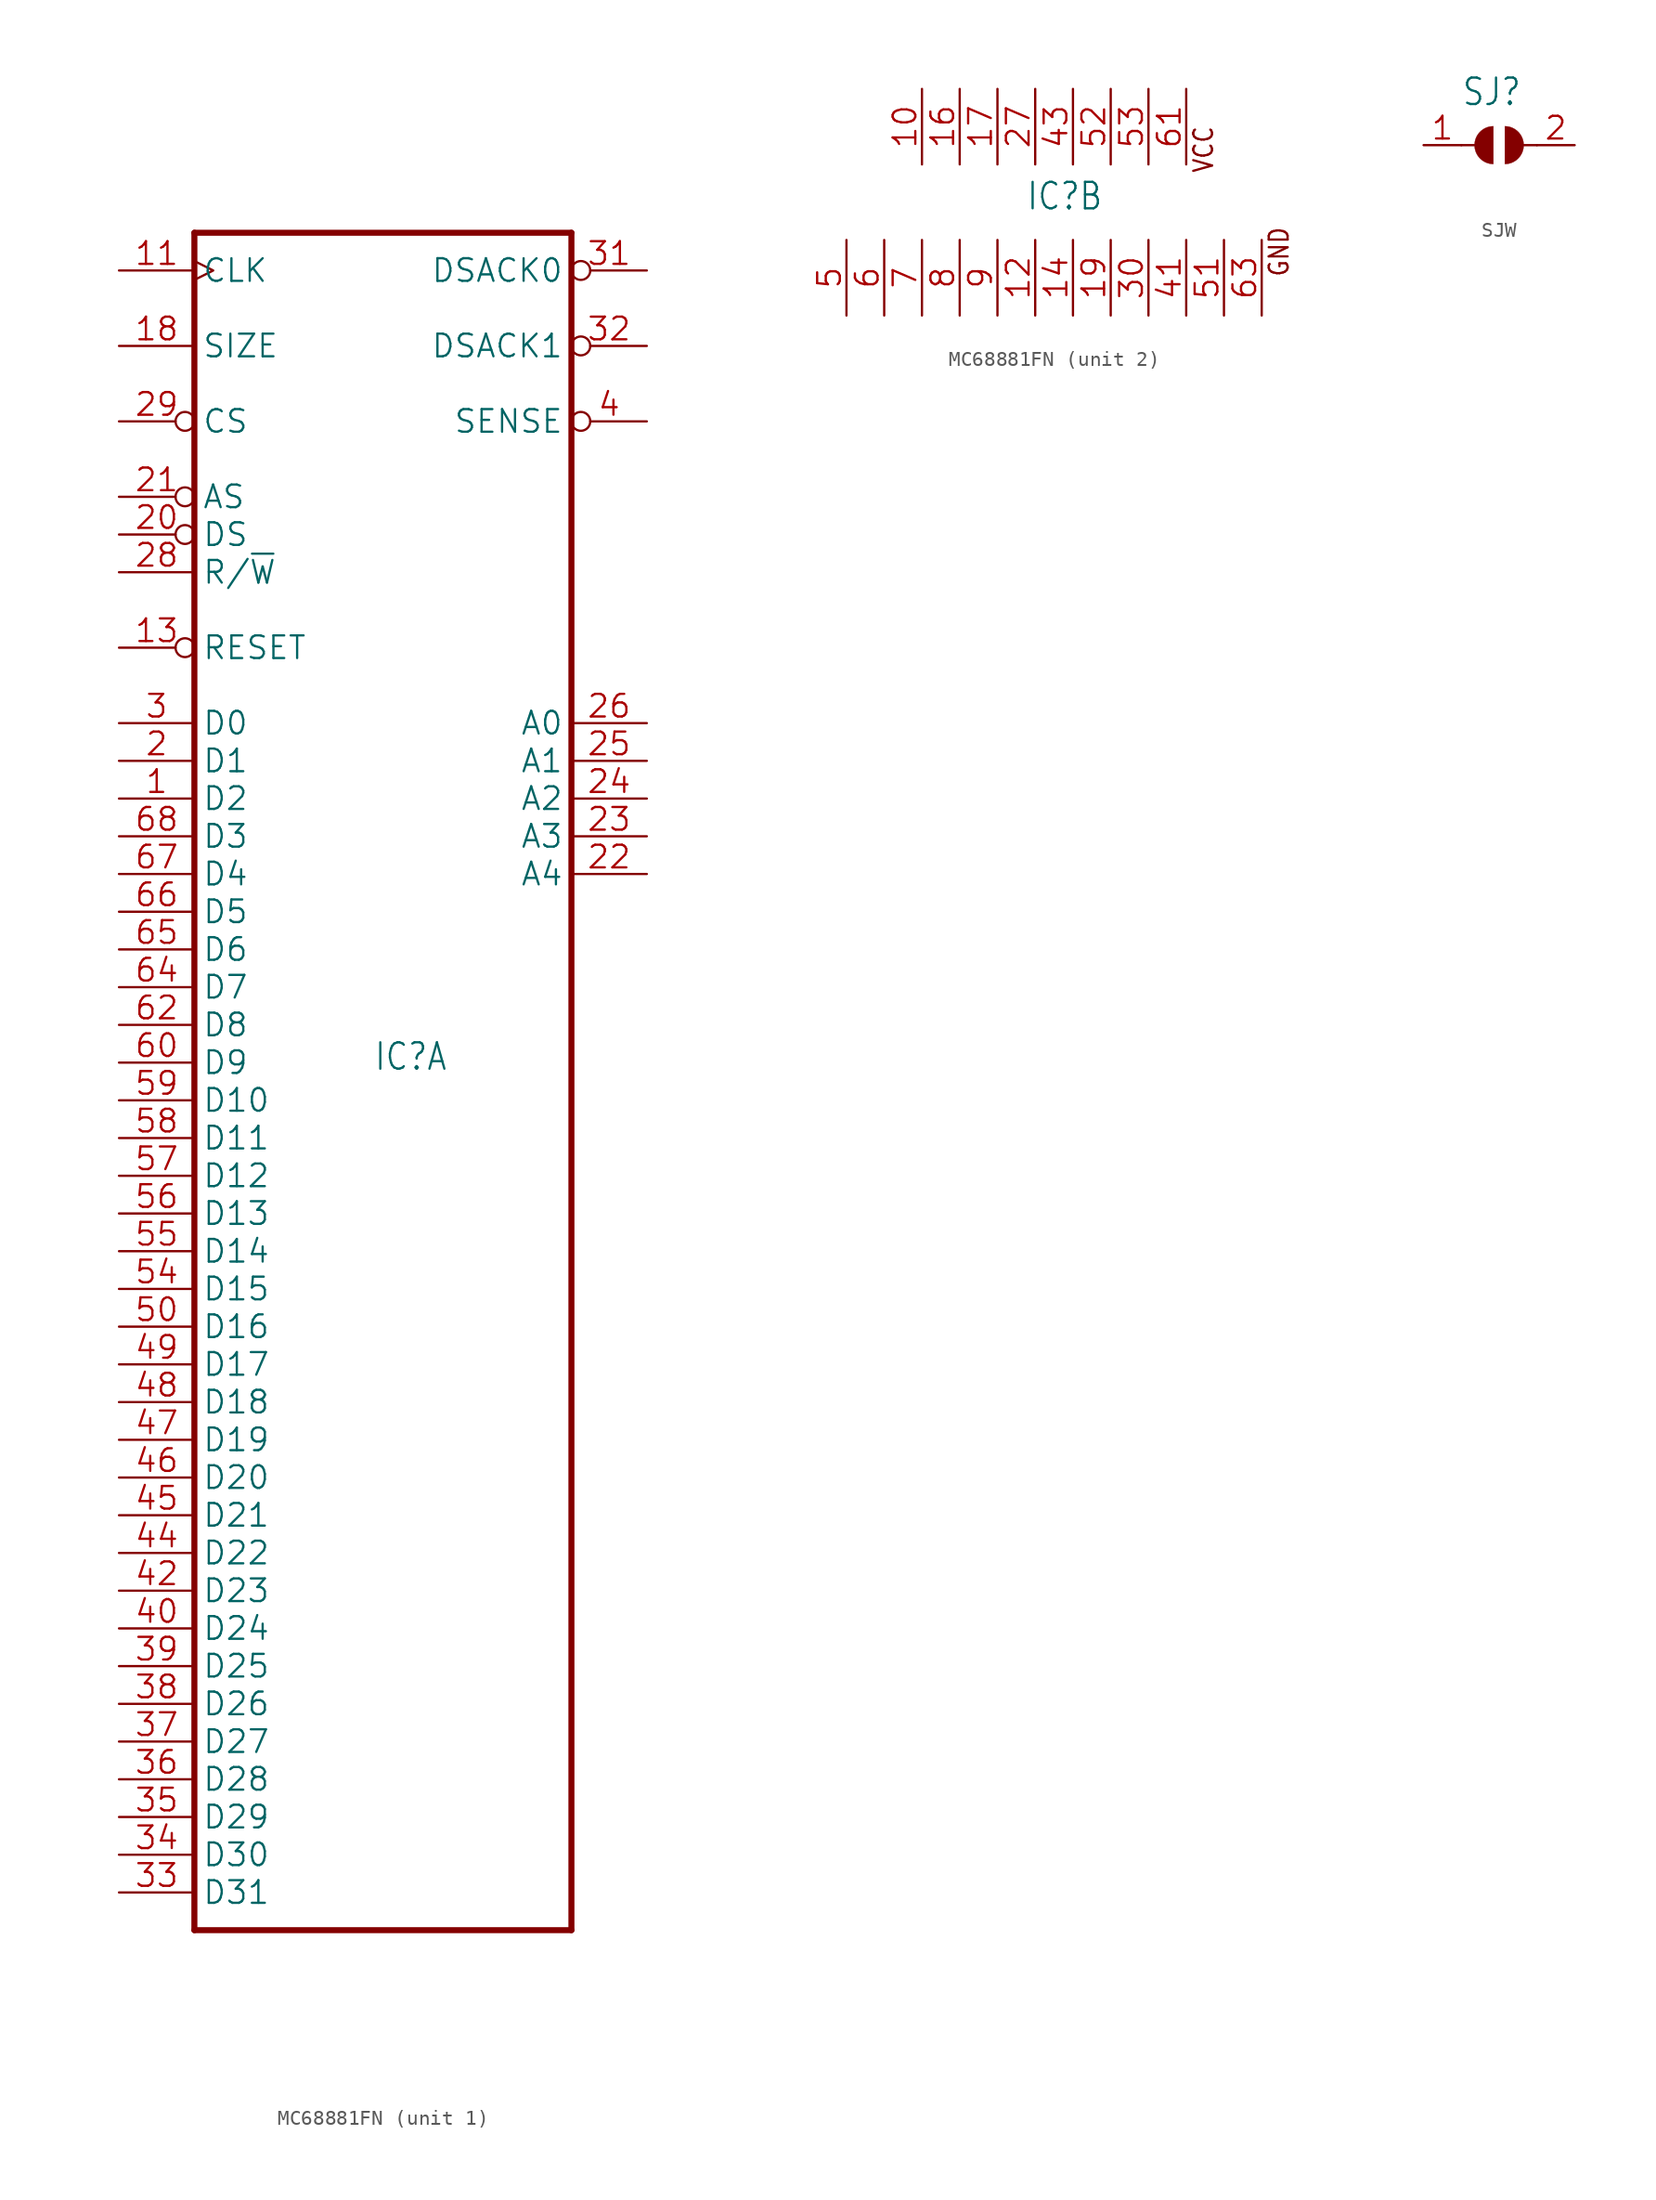
<source format=kicad_sym>
(kicad_symbol_lib
  (version 20241209)
  (generator "kicad_symbol_editor")
  (generator_version "9.0")
  (symbol "MC68881FN"
    (property "Reference" "IC"
      (at -0.635 -0.635 0)
      (effects (font (size 1.778 1.511)) (justify left bottom)))
    (property "ki_locked" ""
      (at 0 0 0)
      (effects (font (size 1.27 1.27))))
    (symbol "MC68881FN_1_0"
      (polyline (pts (xy -12.7 -58.42) (xy -12.7 55.88)) (stroke (width 0.406) (type solid)) (fill (type none)))
      (polyline (pts (xy -12.7 -58.42) (xy 12.7 -58.42)) (stroke (width 0.406) (type solid)) (fill (type none)))
      (polyline (pts (xy 12.7 55.88) (xy -12.7 55.88)) (stroke (width 0.406) (type solid)) (fill (type none)))
      (polyline (pts (xy 12.7 55.88) (xy 12.7 -58.42)) (stroke (width 0.406) (type solid)) (fill (type none)))
      (pin input clock (at -17.78 53.34 0) (length 5.08) (name "CLK" (effects (font (size 1.524 1.524)))) (number "11" (effects (font (size 1.524 1.524)))))
      (pin input line (at -17.78 48.26 0) (length 5.08) (name "SIZE" (effects (font (size 1.524 1.524)))) (number "18" (effects (font (size 1.524 1.524)))))
      (pin input inverted (at -17.78 43.18 0) (length 5.08) (name "CS" (effects (font (size 1.524 1.524)))) (number "29" (effects (font (size 1.524 1.524)))))
      (pin input inverted (at -17.78 38.1 0) (length 5.08) (name "AS" (effects (font (size 1.524 1.524)))) (number "21" (effects (font (size 1.524 1.524)))))
      (pin input inverted (at -17.78 35.56 0) (length 5.08) (name "DS" (effects (font (size 1.524 1.524)))) (number "20" (effects (font (size 1.524 1.524)))))
      (pin input line (at -17.78 33.02 0) (length 5.08) (name "R/~{W}" (effects (font (size 1.524 1.524)))) (number "28" (effects (font (size 1.524 1.524)))))
      (pin input inverted (at -17.78 27.94 0) (length 5.08) (name "RESET" (effects (font (size 1.524 1.524)))) (number "13" (effects (font (size 1.524 1.524)))))
      (pin bidirectional line (at -17.78 22.86 0) (length 5.08) (name "D0" (effects (font (size 1.524 1.524)))) (number "3" (effects (font (size 1.524 1.524)))))
      (pin bidirectional line (at -17.78 20.32 0) (length 5.08) (name "D1" (effects (font (size 1.524 1.524)))) (number "2" (effects (font (size 1.524 1.524)))))
      (pin bidirectional line (at -17.78 17.78 0) (length 5.08) (name "D2" (effects (font (size 1.524 1.524)))) (number "1" (effects (font (size 1.524 1.524)))))
      (pin bidirectional line (at -17.78 15.24 0) (length 5.08) (name "D3" (effects (font (size 1.524 1.524)))) (number "68" (effects (font (size 1.524 1.524)))))
      (pin bidirectional line (at -17.78 12.7 0) (length 5.08) (name "D4" (effects (font (size 1.524 1.524)))) (number "67" (effects (font (size 1.524 1.524)))))
      (pin bidirectional line (at -17.78 10.16 0) (length 5.08) (name "D5" (effects (font (size 1.524 1.524)))) (number "66" (effects (font (size 1.524 1.524)))))
      (pin bidirectional line (at -17.78 7.62 0) (length 5.08) (name "D6" (effects (font (size 1.524 1.524)))) (number "65" (effects (font (size 1.524 1.524)))))
      (pin bidirectional line (at -17.78 5.08 0) (length 5.08) (name "D7" (effects (font (size 1.524 1.524)))) (number "64" (effects (font (size 1.524 1.524)))))
      (pin bidirectional line (at -17.78 2.54 0) (length 5.08) (name "D8" (effects (font (size 1.524 1.524)))) (number "62" (effects (font (size 1.524 1.524)))))
      (pin bidirectional line (at -17.78 0 0) (length 5.08) (name "D9" (effects (font (size 1.524 1.524)))) (number "60" (effects (font (size 1.524 1.524)))))
      (pin bidirectional line (at -17.78 -2.54 0) (length 5.08) (name "D10" (effects (font (size 1.524 1.524)))) (number "59" (effects (font (size 1.524 1.524)))))
      (pin bidirectional line (at -17.78 -5.08 0) (length 5.08) (name "D11" (effects (font (size 1.524 1.524)))) (number "58" (effects (font (size 1.524 1.524)))))
      (pin bidirectional line (at -17.78 -7.62 0) (length 5.08) (name "D12" (effects (font (size 1.524 1.524)))) (number "57" (effects (font (size 1.524 1.524)))))
      (pin bidirectional line (at -17.78 -10.16 0) (length 5.08) (name "D13" (effects (font (size 1.524 1.524)))) (number "56" (effects (font (size 1.524 1.524)))))
      (pin bidirectional line (at -17.78 -12.7 0) (length 5.08) (name "D14" (effects (font (size 1.524 1.524)))) (number "55" (effects (font (size 1.524 1.524)))))
      (pin bidirectional line (at -17.78 -15.24 0) (length 5.08) (name "D15" (effects (font (size 1.524 1.524)))) (number "54" (effects (font (size 1.524 1.524)))))
      (pin bidirectional line (at -17.78 -17.78 0) (length 5.08) (name "D16" (effects (font (size 1.524 1.524)))) (number "50" (effects (font (size 1.524 1.524)))))
      (pin bidirectional line (at -17.78 -20.32 0) (length 5.08) (name "D17" (effects (font (size 1.524 1.524)))) (number "49" (effects (font (size 1.524 1.524)))))
      (pin bidirectional line (at -17.78 -22.86 0) (length 5.08) (name "D18" (effects (font (size 1.524 1.524)))) (number "48" (effects (font (size 1.524 1.524)))))
      (pin bidirectional line (at -17.78 -25.4 0) (length 5.08) (name "D19" (effects (font (size 1.524 1.524)))) (number "47" (effects (font (size 1.524 1.524)))))
      (pin bidirectional line (at -17.78 -27.94 0) (length 5.08) (name "D20" (effects (font (size 1.524 1.524)))) (number "46" (effects (font (size 1.524 1.524)))))
      (pin bidirectional line (at -17.78 -30.48 0) (length 5.08) (name "D21" (effects (font (size 1.524 1.524)))) (number "45" (effects (font (size 1.524 1.524)))))
      (pin bidirectional line (at -17.78 -33.02 0) (length 5.08) (name "D22" (effects (font (size 1.524 1.524)))) (number "44" (effects (font (size 1.524 1.524)))))
      (pin bidirectional line (at -17.78 -35.56 0) (length 5.08) (name "D23" (effects (font (size 1.524 1.524)))) (number "42" (effects (font (size 1.524 1.524)))))
      (pin bidirectional line (at -17.78 -38.1 0) (length 5.08) (name "D24" (effects (font (size 1.524 1.524)))) (number "40" (effects (font (size 1.524 1.524)))))
      (pin bidirectional line (at -17.78 -40.64 0) (length 5.08) (name "D25" (effects (font (size 1.524 1.524)))) (number "39" (effects (font (size 1.524 1.524)))))
      (pin bidirectional line (at -17.78 -43.18 0) (length 5.08) (name "D26" (effects (font (size 1.524 1.524)))) (number "38" (effects (font (size 1.524 1.524)))))
      (pin bidirectional line (at -17.78 -45.72 0) (length 5.08) (name "D27" (effects (font (size 1.524 1.524)))) (number "37" (effects (font (size 1.524 1.524)))))
      (pin bidirectional line (at -17.78 -48.26 0) (length 5.08) (name "D28" (effects (font (size 1.524 1.524)))) (number "36" (effects (font (size 1.524 1.524)))))
      (pin bidirectional line (at -17.78 -50.8 0) (length 5.08) (name "D29" (effects (font (size 1.524 1.524)))) (number "35" (effects (font (size 1.524 1.524)))))
      (pin bidirectional line (at -17.78 -53.34 0) (length 5.08) (name "D30" (effects (font (size 1.524 1.524)))) (number "34" (effects (font (size 1.524 1.524)))))
      (pin bidirectional line (at -17.78 -55.88 0) (length 5.08) (name "D31" (effects (font (size 1.524 1.524)))) (number "33" (effects (font (size 1.524 1.524)))))
      (pin output inverted (at 17.78 53.34 180) (length 5.08) (name "DSACK0" (effects (font (size 1.524 1.524)))) (number "31" (effects (font (size 1.524 1.524)))))
      (pin output inverted (at 17.78 48.26 180) (length 5.08) (name "DSACK1" (effects (font (size 1.524 1.524)))) (number "32" (effects (font (size 1.524 1.524)))))
      (pin bidirectional inverted (at 17.78 43.18 180) (length 5.08) (name "SENSE" (effects (font (size 1.524 1.524)))) (number "4" (effects (font (size 1.524 1.524)))))
      (pin input line (at 17.78 22.86 180) (length 5.08) (name "A0" (effects (font (size 1.524 1.524)))) (number "26" (effects (font (size 1.524 1.524)))))
      (pin input line (at 17.78 20.32 180) (length 5.08) (name "A1" (effects (font (size 1.524 1.524)))) (number "25" (effects (font (size 1.524 1.524)))))
      (pin input line (at 17.78 17.78 180) (length 5.08) (name "A2" (effects (font (size 1.524 1.524)))) (number "24" (effects (font (size 1.524 1.524)))))
      (pin input line (at 17.78 15.24 180) (length 5.08) (name "A3" (effects (font (size 1.524 1.524)))) (number "23" (effects (font (size 1.524 1.524)))))
      (pin input line (at 17.78 12.7 180) (length 5.08) (name "A4" (effects (font (size 1.524 1.524)))) (number "22" (effects (font (size 1.524 1.524))))))
    (symbol "MC68881FN_2_0"
      (text "VCC" (at 12.065 1.905 900) (effects (font (size 1.27 1.079)) (justify left bottom)))
      (text "GND" (at 17.145 -5.08 900) (effects (font (size 1.27 1.079)) (justify left bottom)))
      (pin power_in line (at -12.7 -7.62 90) (length 5.08) (name "GND@1" (effects (font (size 0 0)))) (number "5" (effects (font (size 1.524 1.524)))))
      (pin power_in line (at -10.16 -7.62 90) (length 5.08) (name "GND@2" (effects (font (size 0 0)))) (number "6" (effects (font (size 1.524 1.524)))))
      (pin power_in line (at -7.62 7.62 270) (length 5.08) (name "VCC@1" (effects (font (size 0 0)))) (number "10" (effects (font (size 1.524 1.524)))))
      (pin power_in line (at -7.62 -7.62 90) (length 5.08) (name "GND@3" (effects (font (size 0 0)))) (number "7" (effects (font (size 1.524 1.524)))))
      (pin power_in line (at -5.08 7.62 270) (length 5.08) (name "VCC@2" (effects (font (size 0 0)))) (number "16" (effects (font (size 1.524 1.524)))))
      (pin power_in line (at -5.08 -7.62 90) (length 5.08) (name "GND@4" (effects (font (size 0 0)))) (number "8" (effects (font (size 1.524 1.524)))))
      (pin power_in line (at -2.54 7.62 270) (length 5.08) (name "VCC@3" (effects (font (size 0 0)))) (number "17" (effects (font (size 1.524 1.524)))))
      (pin power_in line (at -2.54 -7.62 90) (length 5.08) (name "GND@5" (effects (font (size 0 0)))) (number "9" (effects (font (size 1.524 1.524)))))
      (pin power_in line (at 0 7.62 270) (length 5.08) (name "VCC@4" (effects (font (size 0 0)))) (number "27" (effects (font (size 1.524 1.524)))))
      (pin power_in line (at 0 -7.62 90) (length 5.08) (name "GND@6" (effects (font (size 0 0)))) (number "12" (effects (font (size 1.524 1.524)))))
      (pin power_in line (at 2.54 7.62 270) (length 5.08) (name "VCC@5" (effects (font (size 0 0)))) (number "43" (effects (font (size 1.524 1.524)))))
      (pin power_in line (at 2.54 -7.62 90) (length 5.08) (name "GND@7" (effects (font (size 0 0)))) (number "14" (effects (font (size 1.524 1.524)))))
      (pin power_in line (at 5.08 7.62 270) (length 5.08) (name "VCC@6" (effects (font (size 0 0)))) (number "52" (effects (font (size 1.524 1.524)))))
      (pin power_in line (at 5.08 -7.62 90) (length 5.08) (name "GND@8" (effects (font (size 0 0)))) (number "19" (effects (font (size 1.524 1.524)))))
      (pin power_in line (at 7.62 7.62 270) (length 5.08) (name "VCC@7" (effects (font (size 0 0)))) (number "53" (effects (font (size 1.524 1.524)))))
      (pin power_in line (at 7.62 -7.62 90) (length 5.08) (name "GND@9" (effects (font (size 0 0)))) (number "30" (effects (font (size 1.524 1.524)))))
      (pin power_in line (at 10.16 7.62 270) (length 5.08) (name "VCC@8" (effects (font (size 0 0)))) (number "61" (effects (font (size 1.524 1.524)))))
      (pin power_in line (at 10.16 -7.62 90) (length 5.08) (name "GND@10" (effects (font (size 0 0)))) (number "41" (effects (font (size 1.524 1.524)))))
      (pin power_in line (at 12.7 -7.62 90) (length 5.08) (name "GND@11" (effects (font (size 0 0)))) (number "51" (effects (font (size 1.524 1.524)))))
      (pin power_in line (at 15.24 -7.62 90) (length 5.08) (name "GND@12" (effects (font (size 0 0)))) (number "63" (effects (font (size 1.524 1.524)))))))
  (symbol "SJW"
    (property "Reference" "SJ"
      (at -2.54 2.54 0)
      (effects (font (size 1.778 1.511)) (justify left bottom)))
    (property "Value" ""
      (at -2.54 -3.81 0)
      (effects (font (size 1.778 1.511)) (justify left bottom)))
    (property "ki_locked" ""
      (at 0 0 0)
      (effects (font (size 1.27 1.27))))
    (symbol "SJW_1_0"
      (polyline (pts (xy -2.54 0) (xy -1.651 0)) (stroke (width 0.152) (type solid)) (fill (type none)))
      (arc (start -0.381 -1.27) (mid -1.651 0) (end -0.381 1.27) (stroke (width 0.0001) (type solid)) (fill (type outline)))
      (arc (start 0.381 1.27) (mid 1.651 0) (end 0.381 -1.27) (stroke (width 0.0001) (type solid)) (fill (type outline)))
      (polyline (pts (xy 2.54 0) (xy 1.651 0)) (stroke (width 0.152) (type solid)) (fill (type none)))
      (pin passive line (at -5.08 0 0) (length 2.54) (name "1" (effects (font (size 0 0)))) (number "1" (effects (font (size 1.524 1.524)))))
      (pin passive line (at 5.08 0 180) (length 2.54) (name "2" (effects (font (size 0 0)))) (number "2" (effects (font (size 1.524 1.524))))))))
</source>
